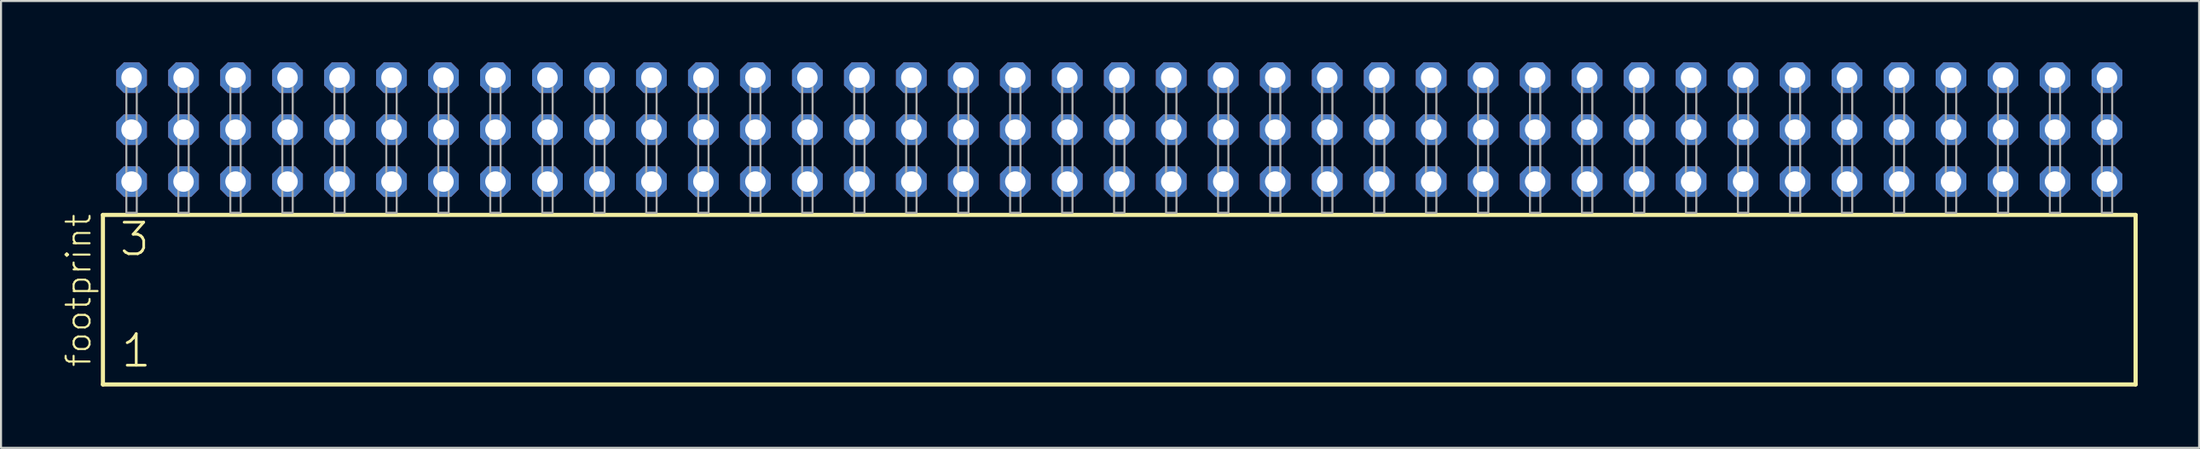
<source format=kicad_pcb>
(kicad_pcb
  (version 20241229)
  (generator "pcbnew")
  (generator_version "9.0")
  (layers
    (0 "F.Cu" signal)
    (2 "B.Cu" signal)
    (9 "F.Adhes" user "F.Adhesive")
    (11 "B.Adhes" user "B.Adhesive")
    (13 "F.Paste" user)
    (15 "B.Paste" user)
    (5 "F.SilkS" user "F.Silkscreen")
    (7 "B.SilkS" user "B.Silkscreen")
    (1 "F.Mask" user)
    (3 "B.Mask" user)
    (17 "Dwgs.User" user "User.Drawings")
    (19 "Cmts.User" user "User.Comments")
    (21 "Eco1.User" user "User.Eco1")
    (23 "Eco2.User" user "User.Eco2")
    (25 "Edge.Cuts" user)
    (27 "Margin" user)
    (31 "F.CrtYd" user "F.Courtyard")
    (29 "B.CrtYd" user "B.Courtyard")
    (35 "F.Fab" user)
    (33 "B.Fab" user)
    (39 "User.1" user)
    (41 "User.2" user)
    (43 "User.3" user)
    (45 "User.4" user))
  (footprint "footprint"
    (layer "F.Cu")
    (at 51.638 7.354)
    (property "Reference" "footprint" (at -50.165 7.62 90) (layer "F.SilkS") (effects (font (size 1.168 1.168) (thickness 0.102)) (justify left bottom)))
    (fp_line (start -49.659 0.106) (end -49.659 8.396) (stroke (width 0.203) (type solid)) (layer "F.SilkS"))
    (fp_line (start -49.659 8.396) (end 49.659 8.396) (stroke (width 0.203) (type solid)) (layer "F.SilkS"))
    (fp_line (start 49.659 0.106) (end -49.659 0.106) (stroke (width 0.203) (type solid)) (layer "F.SilkS"))
    (fp_line (start 49.659 8.396) (end 49.659 0.106) (stroke (width 0.203) (type solid)) (layer "F.SilkS"))
    (fp_poly (pts (xy -48.514 0) (xy -48.006 0) (xy -48.006 -6.858) (xy -48.514 -6.858)) (stroke (width 0.1) (type solid)) (fill no) (layer "F.Fab"))
    (fp_poly (pts (xy -45.974 0) (xy -45.466 0) (xy -45.466 -6.858) (xy -45.974 -6.858)) (stroke (width 0.1) (type solid)) (fill no) (layer "F.Fab"))
    (fp_poly (pts (xy -43.434 0) (xy -42.926 0) (xy -42.926 -6.858) (xy -43.434 -6.858)) (stroke (width 0.1) (type solid)) (fill no) (layer "F.Fab"))
    (fp_poly (pts (xy -40.894 0) (xy -40.386 0) (xy -40.386 -6.858) (xy -40.894 -6.858)) (stroke (width 0.1) (type solid)) (fill no) (layer "F.Fab"))
    (fp_poly (pts (xy -38.354 0) (xy -37.846 0) (xy -37.846 -6.858) (xy -38.354 -6.858)) (stroke (width 0.1) (type solid)) (fill no) (layer "F.Fab"))
    (fp_poly (pts (xy -35.814 0) (xy -35.306 0) (xy -35.306 -6.858) (xy -35.814 -6.858)) (stroke (width 0.1) (type solid)) (fill no) (layer "F.Fab"))
    (fp_poly (pts (xy -33.274 0) (xy -32.766 0) (xy -32.766 -6.858) (xy -33.274 -6.858)) (stroke (width 0.1) (type solid)) (fill no) (layer "F.Fab"))
    (fp_poly (pts (xy -30.734 0) (xy -30.226 0) (xy -30.226 -6.858) (xy -30.734 -6.858)) (stroke (width 0.1) (type solid)) (fill no) (layer "F.Fab"))
    (fp_poly (pts (xy -28.194 0) (xy -27.686 0) (xy -27.686 -6.858) (xy -28.194 -6.858)) (stroke (width 0.1) (type solid)) (fill no) (layer "F.Fab"))
    (fp_poly (pts (xy -25.654 0) (xy -25.146 0) (xy -25.146 -6.858) (xy -25.654 -6.858)) (stroke (width 0.1) (type solid)) (fill no) (layer "F.Fab"))
    (fp_poly (pts (xy -23.114 0) (xy -22.606 0) (xy -22.606 -6.858) (xy -23.114 -6.858)) (stroke (width 0.1) (type solid)) (fill no) (layer "F.Fab"))
    (fp_poly (pts (xy -20.574 0) (xy -20.066 0) (xy -20.066 -6.858) (xy -20.574 -6.858)) (stroke (width 0.1) (type solid)) (fill no) (layer "F.Fab"))
    (fp_poly (pts (xy -18.034 0) (xy -17.526 0) (xy -17.526 -6.858) (xy -18.034 -6.858)) (stroke (width 0.1) (type solid)) (fill no) (layer "F.Fab"))
    (fp_poly (pts (xy -15.494 0) (xy -14.986 0) (xy -14.986 -6.858) (xy -15.494 -6.858)) (stroke (width 0.1) (type solid)) (fill no) (layer "F.Fab"))
    (fp_poly (pts (xy -12.954 0) (xy -12.446 0) (xy -12.446 -6.858) (xy -12.954 -6.858)) (stroke (width 0.1) (type solid)) (fill no) (layer "F.Fab"))
    (fp_poly (pts (xy -10.414 0) (xy -9.906 0) (xy -9.906 -6.858) (xy -10.414 -6.858)) (stroke (width 0.1) (type solid)) (fill no) (layer "F.Fab"))
    (fp_poly (pts (xy -7.874 0) (xy -7.366 0) (xy -7.366 -6.858) (xy -7.874 -6.858)) (stroke (width 0.1) (type solid)) (fill no) (layer "F.Fab"))
    (fp_poly (pts (xy -5.334 0) (xy -4.826 0) (xy -4.826 -6.858) (xy -5.334 -6.858)) (stroke (width 0.1) (type solid)) (fill no) (layer "F.Fab"))
    (fp_poly (pts (xy -2.794 0) (xy -2.286 0) (xy -2.286 -6.858) (xy -2.794 -6.858)) (stroke (width 0.1) (type solid)) (fill no) (layer "F.Fab"))
    (fp_poly (pts (xy -0.254 0) (xy 0.254 0) (xy 0.254 -6.858) (xy -0.254 -6.858)) (stroke (width 0.1) (type solid)) (fill no) (layer "F.Fab"))
    (fp_poly (pts (xy 2.286 0) (xy 2.794 0) (xy 2.794 -6.858) (xy 2.286 -6.858)) (stroke (width 0.1) (type solid)) (fill no) (layer "F.Fab"))
    (fp_poly (pts (xy 4.826 0) (xy 5.334 0) (xy 5.334 -6.858) (xy 4.826 -6.858)) (stroke (width 0.1) (type solid)) (fill no) (layer "F.Fab"))
    (fp_poly (pts (xy 7.366 0) (xy 7.874 0) (xy 7.874 -6.858) (xy 7.366 -6.858)) (stroke (width 0.1) (type solid)) (fill no) (layer "F.Fab"))
    (fp_poly (pts (xy 9.906 0) (xy 10.414 0) (xy 10.414 -6.858) (xy 9.906 -6.858)) (stroke (width 0.1) (type solid)) (fill no) (layer "F.Fab"))
    (fp_poly (pts (xy 12.446 0) (xy 12.954 0) (xy 12.954 -6.858) (xy 12.446 -6.858)) (stroke (width 0.1) (type solid)) (fill no) (layer "F.Fab"))
    (fp_poly (pts (xy 14.986 0) (xy 15.494 0) (xy 15.494 -6.858) (xy 14.986 -6.858)) (stroke (width 0.1) (type solid)) (fill no) (layer "F.Fab"))
    (fp_poly (pts (xy 17.526 0) (xy 18.034 0) (xy 18.034 -6.858) (xy 17.526 -6.858)) (stroke (width 0.1) (type solid)) (fill no) (layer "F.Fab"))
    (fp_poly (pts (xy 20.066 0) (xy 20.574 0) (xy 20.574 -6.858) (xy 20.066 -6.858)) (stroke (width 0.1) (type solid)) (fill no) (layer "F.Fab"))
    (fp_poly (pts (xy 22.606 0) (xy 23.114 0) (xy 23.114 -6.858) (xy 22.606 -6.858)) (stroke (width 0.1) (type solid)) (fill no) (layer "F.Fab"))
    (fp_poly (pts (xy 25.146 0) (xy 25.654 0) (xy 25.654 -6.858) (xy 25.146 -6.858)) (stroke (width 0.1) (type solid)) (fill no) (layer "F.Fab"))
    (fp_poly (pts (xy 27.686 0) (xy 28.194 0) (xy 28.194 -6.858) (xy 27.686 -6.858)) (stroke (width 0.1) (type solid)) (fill no) (layer "F.Fab"))
    (fp_poly (pts (xy 30.226 0) (xy 30.734 0) (xy 30.734 -6.858) (xy 30.226 -6.858)) (stroke (width 0.1) (type solid)) (fill no) (layer "F.Fab"))
    (fp_poly (pts (xy 32.766 0) (xy 33.274 0) (xy 33.274 -6.858) (xy 32.766 -6.858)) (stroke (width 0.1) (type solid)) (fill no) (layer "F.Fab"))
    (fp_poly (pts (xy 35.306 0) (xy 35.814 0) (xy 35.814 -6.858) (xy 35.306 -6.858)) (stroke (width 0.1) (type solid)) (fill no) (layer "F.Fab"))
    (fp_poly (pts (xy 37.846 0) (xy 38.354 0) (xy 38.354 -6.858) (xy 37.846 -6.858)) (stroke (width 0.1) (type solid)) (fill no) (layer "F.Fab"))
    (fp_poly (pts (xy 40.386 0) (xy 40.894 0) (xy 40.894 -6.858) (xy 40.386 -6.858)) (stroke (width 0.1) (type solid)) (fill no) (layer "F.Fab"))
    (fp_poly (pts (xy 42.926 0) (xy 43.434 0) (xy 43.434 -6.858) (xy 42.926 -6.858)) (stroke (width 0.1) (type solid)) (fill no) (layer "F.Fab"))
    (fp_poly (pts (xy 45.466 0) (xy 45.974 0) (xy 45.974 -6.858) (xy 45.466 -6.858)) (stroke (width 0.1) (type solid)) (fill no) (layer "F.Fab"))
    (fp_poly (pts (xy 48.006 0) (xy 48.514 0) (xy 48.514 -6.858) (xy 48.006 -6.858)) (stroke (width 0.1) (type solid)) (fill no) (layer "F.Fab"))
    (fp_text user "1" (at -48.855 7.65 0) (layer "F.SilkS") (effects (font (size 1.542 1.542) (thickness 0.134)) (justify left bottom)))
    (fp_text user "3" (at -48.93 2.2 0) (layer "F.SilkS") (effects (font (size 1.542 1.542) (thickness 0.134)) (justify left bottom)))
    (pad "1" thru_hole roundrect (at -48.26 -1.524) (size 1.5 1.5) (drill 1) (layers "*.Cu" "*.Mask") (roundrect_rratio 0.25) (chamfer_ratio 0.25) (chamfer top_left top_right bottom_left bottom_right))
    (pad "2" thru_hole roundrect (at -48.26 -4.064) (size 1.5 1.5) (drill 1) (layers "*.Cu" "*.Mask") (roundrect_rratio 0.25) (chamfer_ratio 0.25) (chamfer top_left top_right bottom_left bottom_right))
    (pad "3" thru_hole roundrect (at -48.26 -6.604) (size 1.5 1.5) (drill 1) (layers "*.Cu" "*.Mask") (roundrect_rratio 0.25) (chamfer_ratio 0.25) (chamfer top_left top_right bottom_left bottom_right))
    (pad "4" thru_hole roundrect (at -45.72 -1.524) (size 1.5 1.5) (drill 1) (layers "*.Cu" "*.Mask") (roundrect_rratio 0.25) (chamfer_ratio 0.25) (chamfer top_left top_right bottom_left bottom_right))
    (pad "5" thru_hole roundrect (at -45.72 -4.064) (size 1.5 1.5) (drill 1) (layers "*.Cu" "*.Mask") (roundrect_rratio 0.25) (chamfer_ratio 0.25) (chamfer top_left top_right bottom_left bottom_right))
    (pad "6" thru_hole roundrect (at -45.72 -6.604) (size 1.5 1.5) (drill 1) (layers "*.Cu" "*.Mask") (roundrect_rratio 0.25) (chamfer_ratio 0.25) (chamfer top_left top_right bottom_left bottom_right))
    (pad "7" thru_hole roundrect (at -43.18 -1.524) (size 1.5 1.5) (drill 1) (layers "*.Cu" "*.Mask") (roundrect_rratio 0.25) (chamfer_ratio 0.25) (chamfer top_left top_right bottom_left bottom_right))
    (pad "8" thru_hole roundrect (at -43.18 -4.064) (size 1.5 1.5) (drill 1) (layers "*.Cu" "*.Mask") (roundrect_rratio 0.25) (chamfer_ratio 0.25) (chamfer top_left top_right bottom_left bottom_right))
    (pad "9" thru_hole roundrect (at -43.18 -6.604) (size 1.5 1.5) (drill 1) (layers "*.Cu" "*.Mask") (roundrect_rratio 0.25) (chamfer_ratio 0.25) (chamfer top_left top_right bottom_left bottom_right))
    (pad "10" thru_hole roundrect (at -40.64 -1.524) (size 1.5 1.5) (drill 1) (layers "*.Cu" "*.Mask") (roundrect_rratio 0.25) (chamfer_ratio 0.25) (chamfer top_left top_right bottom_left bottom_right))
    (pad "11" thru_hole roundrect (at -40.64 -4.064) (size 1.5 1.5) (drill 1) (layers "*.Cu" "*.Mask") (roundrect_rratio 0.25) (chamfer_ratio 0.25) (chamfer top_left top_right bottom_left bottom_right))
    (pad "12" thru_hole roundrect (at -40.64 -6.604) (size 1.5 1.5) (drill 1) (layers "*.Cu" "*.Mask") (roundrect_rratio 0.25) (chamfer_ratio 0.25) (chamfer top_left top_right bottom_left bottom_right))
    (pad "13" thru_hole roundrect (at -38.1 -1.524) (size 1.5 1.5) (drill 1) (layers "*.Cu" "*.Mask") (roundrect_rratio 0.25) (chamfer_ratio 0.25) (chamfer top_left top_right bottom_left bottom_right))
    (pad "14" thru_hole roundrect (at -38.1 -4.064) (size 1.5 1.5) (drill 1) (layers "*.Cu" "*.Mask") (roundrect_rratio 0.25) (chamfer_ratio 0.25) (chamfer top_left top_right bottom_left bottom_right))
    (pad "15" thru_hole roundrect (at -38.1 -6.604) (size 1.5 1.5) (drill 1) (layers "*.Cu" "*.Mask") (roundrect_rratio 0.25) (chamfer_ratio 0.25) (chamfer top_left top_right bottom_left bottom_right))
    (pad "16" thru_hole roundrect (at -35.56 -1.524) (size 1.5 1.5) (drill 1) (layers "*.Cu" "*.Mask") (roundrect_rratio 0.25) (chamfer_ratio 0.25) (chamfer top_left top_right bottom_left bottom_right))
    (pad "17" thru_hole roundrect (at -35.56 -4.064) (size 1.5 1.5) (drill 1) (layers "*.Cu" "*.Mask") (roundrect_rratio 0.25) (chamfer_ratio 0.25) (chamfer top_left top_right bottom_left bottom_right))
    (pad "18" thru_hole roundrect (at -35.56 -6.604) (size 1.5 1.5) (drill 1) (layers "*.Cu" "*.Mask") (roundrect_rratio 0.25) (chamfer_ratio 0.25) (chamfer top_left top_right bottom_left bottom_right))
    (pad "19" thru_hole roundrect (at -33.02 -1.524) (size 1.5 1.5) (drill 1) (layers "*.Cu" "*.Mask") (roundrect_rratio 0.25) (chamfer_ratio 0.25) (chamfer top_left top_right bottom_left bottom_right))
    (pad "20" thru_hole roundrect (at -33.02 -4.064) (size 1.5 1.5) (drill 1) (layers "*.Cu" "*.Mask") (roundrect_rratio 0.25) (chamfer_ratio 0.25) (chamfer top_left top_right bottom_left bottom_right))
    (pad "21" thru_hole roundrect (at -33.02 -6.604) (size 1.5 1.5) (drill 1) (layers "*.Cu" "*.Mask") (roundrect_rratio 0.25) (chamfer_ratio 0.25) (chamfer top_left top_right bottom_left bottom_right))
    (pad "22" thru_hole roundrect (at -30.48 -1.524) (size 1.5 1.5) (drill 1) (layers "*.Cu" "*.Mask") (roundrect_rratio 0.25) (chamfer_ratio 0.25) (chamfer top_left top_right bottom_left bottom_right))
    (pad "23" thru_hole roundrect (at -30.48 -4.064) (size 1.5 1.5) (drill 1) (layers "*.Cu" "*.Mask") (roundrect_rratio 0.25) (chamfer_ratio 0.25) (chamfer top_left top_right bottom_left bottom_right))
    (pad "24" thru_hole roundrect (at -30.48 -6.604) (size 1.5 1.5) (drill 1) (layers "*.Cu" "*.Mask") (roundrect_rratio 0.25) (chamfer_ratio 0.25) (chamfer top_left top_right bottom_left bottom_right))
    (pad "25" thru_hole roundrect (at -27.94 -1.524) (size 1.5 1.5) (drill 1) (layers "*.Cu" "*.Mask") (roundrect_rratio 0.25) (chamfer_ratio 0.25) (chamfer top_left top_right bottom_left bottom_right))
    (pad "26" thru_hole roundrect (at -27.94 -4.064) (size 1.5 1.5) (drill 1) (layers "*.Cu" "*.Mask") (roundrect_rratio 0.25) (chamfer_ratio 0.25) (chamfer top_left top_right bottom_left bottom_right))
    (pad "27" thru_hole roundrect (at -27.94 -6.604) (size 1.5 1.5) (drill 1) (layers "*.Cu" "*.Mask") (roundrect_rratio 0.25) (chamfer_ratio 0.25) (chamfer top_left top_right bottom_left bottom_right))
    (pad "28" thru_hole roundrect (at -25.4 -1.524) (size 1.5 1.5) (drill 1) (layers "*.Cu" "*.Mask") (roundrect_rratio 0.25) (chamfer_ratio 0.25) (chamfer top_left top_right bottom_left bottom_right))
    (pad "29" thru_hole roundrect (at -25.4 -4.064) (size 1.5 1.5) (drill 1) (layers "*.Cu" "*.Mask") (roundrect_rratio 0.25) (chamfer_ratio 0.25) (chamfer top_left top_right bottom_left bottom_right))
    (pad "30" thru_hole roundrect (at -25.4 -6.604) (size 1.5 1.5) (drill 1) (layers "*.Cu" "*.Mask") (roundrect_rratio 0.25) (chamfer_ratio 0.25) (chamfer top_left top_right bottom_left bottom_right))
    (pad "31" thru_hole roundrect (at -22.86 -1.524) (size 1.5 1.5) (drill 1) (layers "*.Cu" "*.Mask") (roundrect_rratio 0.25) (chamfer_ratio 0.25) (chamfer top_left top_right bottom_left bottom_right))
    (pad "32" thru_hole roundrect (at -22.86 -4.064) (size 1.5 1.5) (drill 1) (layers "*.Cu" "*.Mask") (roundrect_rratio 0.25) (chamfer_ratio 0.25) (chamfer top_left top_right bottom_left bottom_right))
    (pad "33" thru_hole roundrect (at -22.86 -6.604) (size 1.5 1.5) (drill 1) (layers "*.Cu" "*.Mask") (roundrect_rratio 0.25) (chamfer_ratio 0.25) (chamfer top_left top_right bottom_left bottom_right))
    (pad "34" thru_hole roundrect (at -20.32 -1.524) (size 1.5 1.5) (drill 1) (layers "*.Cu" "*.Mask") (roundrect_rratio 0.25) (chamfer_ratio 0.25) (chamfer top_left top_right bottom_left bottom_right))
    (pad "35" thru_hole roundrect (at -20.32 -4.064) (size 1.5 1.5) (drill 1) (layers "*.Cu" "*.Mask") (roundrect_rratio 0.25) (chamfer_ratio 0.25) (chamfer top_left top_right bottom_left bottom_right))
    (pad "36" thru_hole roundrect (at -20.32 -6.604) (size 1.5 1.5) (drill 1) (layers "*.Cu" "*.Mask") (roundrect_rratio 0.25) (chamfer_ratio 0.25) (chamfer top_left top_right bottom_left bottom_right))
    (pad "37" thru_hole roundrect (at -17.78 -1.524) (size 1.5 1.5) (drill 1) (layers "*.Cu" "*.Mask") (roundrect_rratio 0.25) (chamfer_ratio 0.25) (chamfer top_left top_right bottom_left bottom_right))
    (pad "38" thru_hole roundrect (at -17.78 -4.064) (size 1.5 1.5) (drill 1) (layers "*.Cu" "*.Mask") (roundrect_rratio 0.25) (chamfer_ratio 0.25) (chamfer top_left top_right bottom_left bottom_right))
    (pad "39" thru_hole roundrect (at -17.78 -6.604) (size 1.5 1.5) (drill 1) (layers "*.Cu" "*.Mask") (roundrect_rratio 0.25) (chamfer_ratio 0.25) (chamfer top_left top_right bottom_left bottom_right))
    (pad "40" thru_hole roundrect (at -15.24 -1.524) (size 1.5 1.5) (drill 1) (layers "*.Cu" "*.Mask") (roundrect_rratio 0.25) (chamfer_ratio 0.25) (chamfer top_left top_right bottom_left bottom_right))
    (pad "41" thru_hole roundrect (at -15.24 -4.064) (size 1.5 1.5) (drill 1) (layers "*.Cu" "*.Mask") (roundrect_rratio 0.25) (chamfer_ratio 0.25) (chamfer top_left top_right bottom_left bottom_right))
    (pad "42" thru_hole roundrect (at -15.24 -6.604) (size 1.5 1.5) (drill 1) (layers "*.Cu" "*.Mask") (roundrect_rratio 0.25) (chamfer_ratio 0.25) (chamfer top_left top_right bottom_left bottom_right))
    (pad "43" thru_hole roundrect (at -12.7 -1.524) (size 1.5 1.5) (drill 1) (layers "*.Cu" "*.Mask") (roundrect_rratio 0.25) (chamfer_ratio 0.25) (chamfer top_left top_right bottom_left bottom_right))
    (pad "44" thru_hole roundrect (at -12.7 -4.064) (size 1.5 1.5) (drill 1) (layers "*.Cu" "*.Mask") (roundrect_rratio 0.25) (chamfer_ratio 0.25) (chamfer top_left top_right bottom_left bottom_right))
    (pad "45" thru_hole roundrect (at -12.7 -6.604) (size 1.5 1.5) (drill 1) (layers "*.Cu" "*.Mask") (roundrect_rratio 0.25) (chamfer_ratio 0.25) (chamfer top_left top_right bottom_left bottom_right))
    (pad "46" thru_hole roundrect (at -10.16 -1.524) (size 1.5 1.5) (drill 1) (layers "*.Cu" "*.Mask") (roundrect_rratio 0.25) (chamfer_ratio 0.25) (chamfer top_left top_right bottom_left bottom_right))
    (pad "47" thru_hole roundrect (at -10.16 -4.064) (size 1.5 1.5) (drill 1) (layers "*.Cu" "*.Mask") (roundrect_rratio 0.25) (chamfer_ratio 0.25) (chamfer top_left top_right bottom_left bottom_right))
    (pad "48" thru_hole roundrect (at -10.16 -6.604) (size 1.5 1.5) (drill 1) (layers "*.Cu" "*.Mask") (roundrect_rratio 0.25) (chamfer_ratio 0.25) (chamfer top_left top_right bottom_left bottom_right))
    (pad "49" thru_hole roundrect (at -7.62 -1.524) (size 1.5 1.5) (drill 1) (layers "*.Cu" "*.Mask") (roundrect_rratio 0.25) (chamfer_ratio 0.25) (chamfer top_left top_right bottom_left bottom_right))
    (pad "50" thru_hole roundrect (at -7.62 -4.064) (size 1.5 1.5) (drill 1) (layers "*.Cu" "*.Mask") (roundrect_rratio 0.25) (chamfer_ratio 0.25) (chamfer top_left top_right bottom_left bottom_right))
    (pad "51" thru_hole roundrect (at -7.62 -6.604) (size 1.5 1.5) (drill 1) (layers "*.Cu" "*.Mask") (roundrect_rratio 0.25) (chamfer_ratio 0.25) (chamfer top_left top_right bottom_left bottom_right))
    (pad "52" thru_hole roundrect (at -5.08 -1.524) (size 1.5 1.5) (drill 1) (layers "*.Cu" "*.Mask") (roundrect_rratio 0.25) (chamfer_ratio 0.25) (chamfer top_left top_right bottom_left bottom_right))
    (pad "53" thru_hole roundrect (at -5.08 -4.064) (size 1.5 1.5) (drill 1) (layers "*.Cu" "*.Mask") (roundrect_rratio 0.25) (chamfer_ratio 0.25) (chamfer top_left top_right bottom_left bottom_right))
    (pad "54" thru_hole roundrect (at -5.08 -6.604) (size 1.5 1.5) (drill 1) (layers "*.Cu" "*.Mask") (roundrect_rratio 0.25) (chamfer_ratio 0.25) (chamfer top_left top_right bottom_left bottom_right))
    (pad "55" thru_hole roundrect (at -2.54 -1.524) (size 1.5 1.5) (drill 1) (layers "*.Cu" "*.Mask") (roundrect_rratio 0.25) (chamfer_ratio 0.25) (chamfer top_left top_right bottom_left bottom_right))
    (pad "56" thru_hole roundrect (at -2.54 -4.064) (size 1.5 1.5) (drill 1) (layers "*.Cu" "*.Mask") (roundrect_rratio 0.25) (chamfer_ratio 0.25) (chamfer top_left top_right bottom_left bottom_right))
    (pad "57" thru_hole roundrect (at -2.54 -6.604) (size 1.5 1.5) (drill 1) (layers "*.Cu" "*.Mask") (roundrect_rratio 0.25) (chamfer_ratio 0.25) (chamfer top_left top_right bottom_left bottom_right))
    (pad "58" thru_hole roundrect (at 0 -1.524) (size 1.5 1.5) (drill 1) (layers "*.Cu" "*.Mask") (roundrect_rratio 0.25) (chamfer_ratio 0.25) (chamfer top_left top_right bottom_left bottom_right))
    (pad "59" thru_hole roundrect (at 0 -4.064) (size 1.5 1.5) (drill 1) (layers "*.Cu" "*.Mask") (roundrect_rratio 0.25) (chamfer_ratio 0.25) (chamfer top_left top_right bottom_left bottom_right))
    (pad "60" thru_hole roundrect (at 0 -6.604) (size 1.5 1.5) (drill 1) (layers "*.Cu" "*.Mask") (roundrect_rratio 0.25) (chamfer_ratio 0.25) (chamfer top_left top_right bottom_left bottom_right))
    (pad "61" thru_hole roundrect (at 2.54 -1.524) (size 1.5 1.5) (drill 1) (layers "*.Cu" "*.Mask") (roundrect_rratio 0.25) (chamfer_ratio 0.25) (chamfer top_left top_right bottom_left bottom_right))
    (pad "62" thru_hole roundrect (at 2.54 -4.064) (size 1.5 1.5) (drill 1) (layers "*.Cu" "*.Mask") (roundrect_rratio 0.25) (chamfer_ratio 0.25) (chamfer top_left top_right bottom_left bottom_right))
    (pad "63" thru_hole roundrect (at 2.54 -6.604) (size 1.5 1.5) (drill 1) (layers "*.Cu" "*.Mask") (roundrect_rratio 0.25) (chamfer_ratio 0.25) (chamfer top_left top_right bottom_left bottom_right))
    (pad "64" thru_hole roundrect (at 5.08 -1.524) (size 1.5 1.5) (drill 1) (layers "*.Cu" "*.Mask") (roundrect_rratio 0.25) (chamfer_ratio 0.25) (chamfer top_left top_right bottom_left bottom_right))
    (pad "65" thru_hole roundrect (at 5.08 -4.064) (size 1.5 1.5) (drill 1) (layers "*.Cu" "*.Mask") (roundrect_rratio 0.25) (chamfer_ratio 0.25) (chamfer top_left top_right bottom_left bottom_right))
    (pad "66" thru_hole roundrect (at 5.08 -6.604) (size 1.5 1.5) (drill 1) (layers "*.Cu" "*.Mask") (roundrect_rratio 0.25) (chamfer_ratio 0.25) (chamfer top_left top_right bottom_left bottom_right))
    (pad "67" thru_hole roundrect (at 7.62 -1.524) (size 1.5 1.5) (drill 1) (layers "*.Cu" "*.Mask") (roundrect_rratio 0.25) (chamfer_ratio 0.25) (chamfer top_left top_right bottom_left bottom_right))
    (pad "68" thru_hole roundrect (at 7.62 -4.064) (size 1.5 1.5) (drill 1) (layers "*.Cu" "*.Mask") (roundrect_rratio 0.25) (chamfer_ratio 0.25) (chamfer top_left top_right bottom_left bottom_right))
    (pad "69" thru_hole roundrect (at 7.62 -6.604) (size 1.5 1.5) (drill 1) (layers "*.Cu" "*.Mask") (roundrect_rratio 0.25) (chamfer_ratio 0.25) (chamfer top_left top_right bottom_left bottom_right))
    (pad "70" thru_hole roundrect (at 10.16 -1.524) (size 1.5 1.5) (drill 1) (layers "*.Cu" "*.Mask") (roundrect_rratio 0.25) (chamfer_ratio 0.25) (chamfer top_left top_right bottom_left bottom_right))
    (pad "71" thru_hole roundrect (at 10.16 -4.064) (size 1.5 1.5) (drill 1) (layers "*.Cu" "*.Mask") (roundrect_rratio 0.25) (chamfer_ratio 0.25) (chamfer top_left top_right bottom_left bottom_right))
    (pad "72" thru_hole roundrect (at 10.16 -6.604) (size 1.5 1.5) (drill 1) (layers "*.Cu" "*.Mask") (roundrect_rratio 0.25) (chamfer_ratio 0.25) (chamfer top_left top_right bottom_left bottom_right))
    (pad "73" thru_hole roundrect (at 12.7 -1.524) (size 1.5 1.5) (drill 1) (layers "*.Cu" "*.Mask") (roundrect_rratio 0.25) (chamfer_ratio 0.25) (chamfer top_left top_right bottom_left bottom_right))
    (pad "74" thru_hole roundrect (at 12.7 -4.064) (size 1.5 1.5) (drill 1) (layers "*.Cu" "*.Mask") (roundrect_rratio 0.25) (chamfer_ratio 0.25) (chamfer top_left top_right bottom_left bottom_right))
    (pad "75" thru_hole roundrect (at 12.7 -6.604) (size 1.5 1.5) (drill 1) (layers "*.Cu" "*.Mask") (roundrect_rratio 0.25) (chamfer_ratio 0.25) (chamfer top_left top_right bottom_left bottom_right))
    (pad "76" thru_hole roundrect (at 15.24 -1.524) (size 1.5 1.5) (drill 1) (layers "*.Cu" "*.Mask") (roundrect_rratio 0.25) (chamfer_ratio 0.25) (chamfer top_left top_right bottom_left bottom_right))
    (pad "77" thru_hole roundrect (at 15.24 -4.064) (size 1.5 1.5) (drill 1) (layers "*.Cu" "*.Mask") (roundrect_rratio 0.25) (chamfer_ratio 0.25) (chamfer top_left top_right bottom_left bottom_right))
    (pad "78" thru_hole roundrect (at 15.24 -6.604) (size 1.5 1.5) (drill 1) (layers "*.Cu" "*.Mask") (roundrect_rratio 0.25) (chamfer_ratio 0.25) (chamfer top_left top_right bottom_left bottom_right))
    (pad "79" thru_hole roundrect (at 17.78 -1.524) (size 1.5 1.5) (drill 1) (layers "*.Cu" "*.Mask") (roundrect_rratio 0.25) (chamfer_ratio 0.25) (chamfer top_left top_right bottom_left bottom_right))
    (pad "80" thru_hole roundrect (at 17.78 -4.064) (size 1.5 1.5) (drill 1) (layers "*.Cu" "*.Mask") (roundrect_rratio 0.25) (chamfer_ratio 0.25) (chamfer top_left top_right bottom_left bottom_right))
    (pad "81" thru_hole roundrect (at 17.78 -6.604) (size 1.5 1.5) (drill 1) (layers "*.Cu" "*.Mask") (roundrect_rratio 0.25) (chamfer_ratio 0.25) (chamfer top_left top_right bottom_left bottom_right))
    (pad "82" thru_hole roundrect (at 20.32 -1.524) (size 1.5 1.5) (drill 1) (layers "*.Cu" "*.Mask") (roundrect_rratio 0.25) (chamfer_ratio 0.25) (chamfer top_left top_right bottom_left bottom_right))
    (pad "83" thru_hole roundrect (at 20.32 -4.064) (size 1.5 1.5) (drill 1) (layers "*.Cu" "*.Mask") (roundrect_rratio 0.25) (chamfer_ratio 0.25) (chamfer top_left top_right bottom_left bottom_right))
    (pad "84" thru_hole roundrect (at 20.32 -6.604) (size 1.5 1.5) (drill 1) (layers "*.Cu" "*.Mask") (roundrect_rratio 0.25) (chamfer_ratio 0.25) (chamfer top_left top_right bottom_left bottom_right))
    (pad "85" thru_hole roundrect (at 22.86 -1.524) (size 1.5 1.5) (drill 1) (layers "*.Cu" "*.Mask") (roundrect_rratio 0.25) (chamfer_ratio 0.25) (chamfer top_left top_right bottom_left bottom_right))
    (pad "86" thru_hole roundrect (at 22.86 -4.064) (size 1.5 1.5) (drill 1) (layers "*.Cu" "*.Mask") (roundrect_rratio 0.25) (chamfer_ratio 0.25) (chamfer top_left top_right bottom_left bottom_right))
    (pad "87" thru_hole roundrect (at 22.86 -6.604) (size 1.5 1.5) (drill 1) (layers "*.Cu" "*.Mask") (roundrect_rratio 0.25) (chamfer_ratio 0.25) (chamfer top_left top_right bottom_left bottom_right))
    (pad "88" thru_hole roundrect (at 25.4 -1.524) (size 1.5 1.5) (drill 1) (layers "*.Cu" "*.Mask") (roundrect_rratio 0.25) (chamfer_ratio 0.25) (chamfer top_left top_right bottom_left bottom_right))
    (pad "89" thru_hole roundrect (at 25.4 -4.064) (size 1.5 1.5) (drill 1) (layers "*.Cu" "*.Mask") (roundrect_rratio 0.25) (chamfer_ratio 0.25) (chamfer top_left top_right bottom_left bottom_right))
    (pad "90" thru_hole roundrect (at 25.4 -6.604) (size 1.5 1.5) (drill 1) (layers "*.Cu" "*.Mask") (roundrect_rratio 0.25) (chamfer_ratio 0.25) (chamfer top_left top_right bottom_left bottom_right))
    (pad "91" thru_hole roundrect (at 27.94 -1.524) (size 1.5 1.5) (drill 1) (layers "*.Cu" "*.Mask") (roundrect_rratio 0.25) (chamfer_ratio 0.25) (chamfer top_left top_right bottom_left bottom_right))
    (pad "92" thru_hole roundrect (at 27.94 -4.064) (size 1.5 1.5) (drill 1) (layers "*.Cu" "*.Mask") (roundrect_rratio 0.25) (chamfer_ratio 0.25) (chamfer top_left top_right bottom_left bottom_right))
    (pad "93" thru_hole roundrect (at 27.94 -6.604) (size 1.5 1.5) (drill 1) (layers "*.Cu" "*.Mask") (roundrect_rratio 0.25) (chamfer_ratio 0.25) (chamfer top_left top_right bottom_left bottom_right))
    (pad "94" thru_hole roundrect (at 30.48 -1.524) (size 1.5 1.5) (drill 1) (layers "*.Cu" "*.Mask") (roundrect_rratio 0.25) (chamfer_ratio 0.25) (chamfer top_left top_right bottom_left bottom_right))
    (pad "95" thru_hole roundrect (at 30.48 -4.064) (size 1.5 1.5) (drill 1) (layers "*.Cu" "*.Mask") (roundrect_rratio 0.25) (chamfer_ratio 0.25) (chamfer top_left top_right bottom_left bottom_right))
    (pad "96" thru_hole roundrect (at 30.48 -6.604) (size 1.5 1.5) (drill 1) (layers "*.Cu" "*.Mask") (roundrect_rratio 0.25) (chamfer_ratio 0.25) (chamfer top_left top_right bottom_left bottom_right))
    (pad "97" thru_hole roundrect (at 33.02 -1.524) (size 1.5 1.5) (drill 1) (layers "*.Cu" "*.Mask") (roundrect_rratio 0.25) (chamfer_ratio 0.25) (chamfer top_left top_right bottom_left bottom_right))
    (pad "98" thru_hole roundrect (at 33.02 -4.064) (size 1.5 1.5) (drill 1) (layers "*.Cu" "*.Mask") (roundrect_rratio 0.25) (chamfer_ratio 0.25) (chamfer top_left top_right bottom_left bottom_right))
    (pad "99" thru_hole roundrect (at 33.02 -6.604) (size 1.5 1.5) (drill 1) (layers "*.Cu" "*.Mask") (roundrect_rratio 0.25) (chamfer_ratio 0.25) (chamfer top_left top_right bottom_left bottom_right))
    (pad "100" thru_hole roundrect (at 35.56 -1.524) (size 1.5 1.5) (drill 1) (layers "*.Cu" "*.Mask") (roundrect_rratio 0.25) (chamfer_ratio 0.25) (chamfer top_left top_right bottom_left bottom_right))
    (pad "101" thru_hole roundrect (at 35.56 -4.064) (size 1.5 1.5) (drill 1) (layers "*.Cu" "*.Mask") (roundrect_rratio 0.25) (chamfer_ratio 0.25) (chamfer top_left top_right bottom_left bottom_right))
    (pad "102" thru_hole roundrect (at 35.56 -6.604) (size 1.5 1.5) (drill 1) (layers "*.Cu" "*.Mask") (roundrect_rratio 0.25) (chamfer_ratio 0.25) (chamfer top_left top_right bottom_left bottom_right))
    (pad "103" thru_hole roundrect (at 38.1 -1.524) (size 1.5 1.5) (drill 1) (layers "*.Cu" "*.Mask") (roundrect_rratio 0.25) (chamfer_ratio 0.25) (chamfer top_left top_right bottom_left bottom_right))
    (pad "104" thru_hole roundrect (at 38.1 -4.064) (size 1.5 1.5) (drill 1) (layers "*.Cu" "*.Mask") (roundrect_rratio 0.25) (chamfer_ratio 0.25) (chamfer top_left top_right bottom_left bottom_right))
    (pad "105" thru_hole roundrect (at 38.1 -6.604) (size 1.5 1.5) (drill 1) (layers "*.Cu" "*.Mask") (roundrect_rratio 0.25) (chamfer_ratio 0.25) (chamfer top_left top_right bottom_left bottom_right))
    (pad "106" thru_hole roundrect (at 40.64 -1.524) (size 1.5 1.5) (drill 1) (layers "*.Cu" "*.Mask") (roundrect_rratio 0.25) (chamfer_ratio 0.25) (chamfer top_left top_right bottom_left bottom_right))
    (pad "107" thru_hole roundrect (at 40.64 -4.064) (size 1.5 1.5) (drill 1) (layers "*.Cu" "*.Mask") (roundrect_rratio 0.25) (chamfer_ratio 0.25) (chamfer top_left top_right bottom_left bottom_right))
    (pad "108" thru_hole roundrect (at 40.64 -6.604) (size 1.5 1.5) (drill 1) (layers "*.Cu" "*.Mask") (roundrect_rratio 0.25) (chamfer_ratio 0.25) (chamfer top_left top_right bottom_left bottom_right))
    (pad "109" thru_hole roundrect (at 43.18 -1.524) (size 1.5 1.5) (drill 1) (layers "*.Cu" "*.Mask") (roundrect_rratio 0.25) (chamfer_ratio 0.25) (chamfer top_left top_right bottom_left bottom_right))
    (pad "110" thru_hole roundrect (at 43.18 -4.064) (size 1.5 1.5) (drill 1) (layers "*.Cu" "*.Mask") (roundrect_rratio 0.25) (chamfer_ratio 0.25) (chamfer top_left top_right bottom_left bottom_right))
    (pad "111" thru_hole roundrect (at 43.18 -6.604) (size 1.5 1.5) (drill 1) (layers "*.Cu" "*.Mask") (roundrect_rratio 0.25) (chamfer_ratio 0.25) (chamfer top_left top_right bottom_left bottom_right))
    (pad "112" thru_hole roundrect (at 45.72 -1.524) (size 1.5 1.5) (drill 1) (layers "*.Cu" "*.Mask") (roundrect_rratio 0.25) (chamfer_ratio 0.25) (chamfer top_left top_right bottom_left bottom_right))
    (pad "113" thru_hole roundrect (at 45.72 -4.064) (size 1.5 1.5) (drill 1) (layers "*.Cu" "*.Mask") (roundrect_rratio 0.25) (chamfer_ratio 0.25) (chamfer top_left top_right bottom_left bottom_right))
    (pad "114" thru_hole roundrect (at 45.72 -6.604) (size 1.5 1.5) (drill 1) (layers "*.Cu" "*.Mask") (roundrect_rratio 0.25) (chamfer_ratio 0.25) (chamfer top_left top_right bottom_left bottom_right))
    (pad "115" thru_hole roundrect (at 48.26 -1.524) (size 1.5 1.5) (drill 1) (layers "*.Cu" "*.Mask") (roundrect_rratio 0.25) (chamfer_ratio 0.25) (chamfer top_left top_right bottom_left bottom_right))
    (pad "116" thru_hole roundrect (at 48.26 -4.064) (size 1.5 1.5) (drill 1) (layers "*.Cu" "*.Mask") (roundrect_rratio 0.25) (chamfer_ratio 0.25) (chamfer top_left top_right bottom_left bottom_right))
    (pad "117" thru_hole roundrect (at 48.26 -6.604) (size 1.5 1.5) (drill 1) (layers "*.Cu" "*.Mask") (roundrect_rratio 0.25) (chamfer_ratio 0.25) (chamfer top_left top_right bottom_left bottom_right)))
  (gr_rect
    (start -3 -3)
    (end 104.399 18.852)
    (stroke (width 0.1) (type default))
    (fill no)
    (layer "Edge.Cuts")))
</source>
